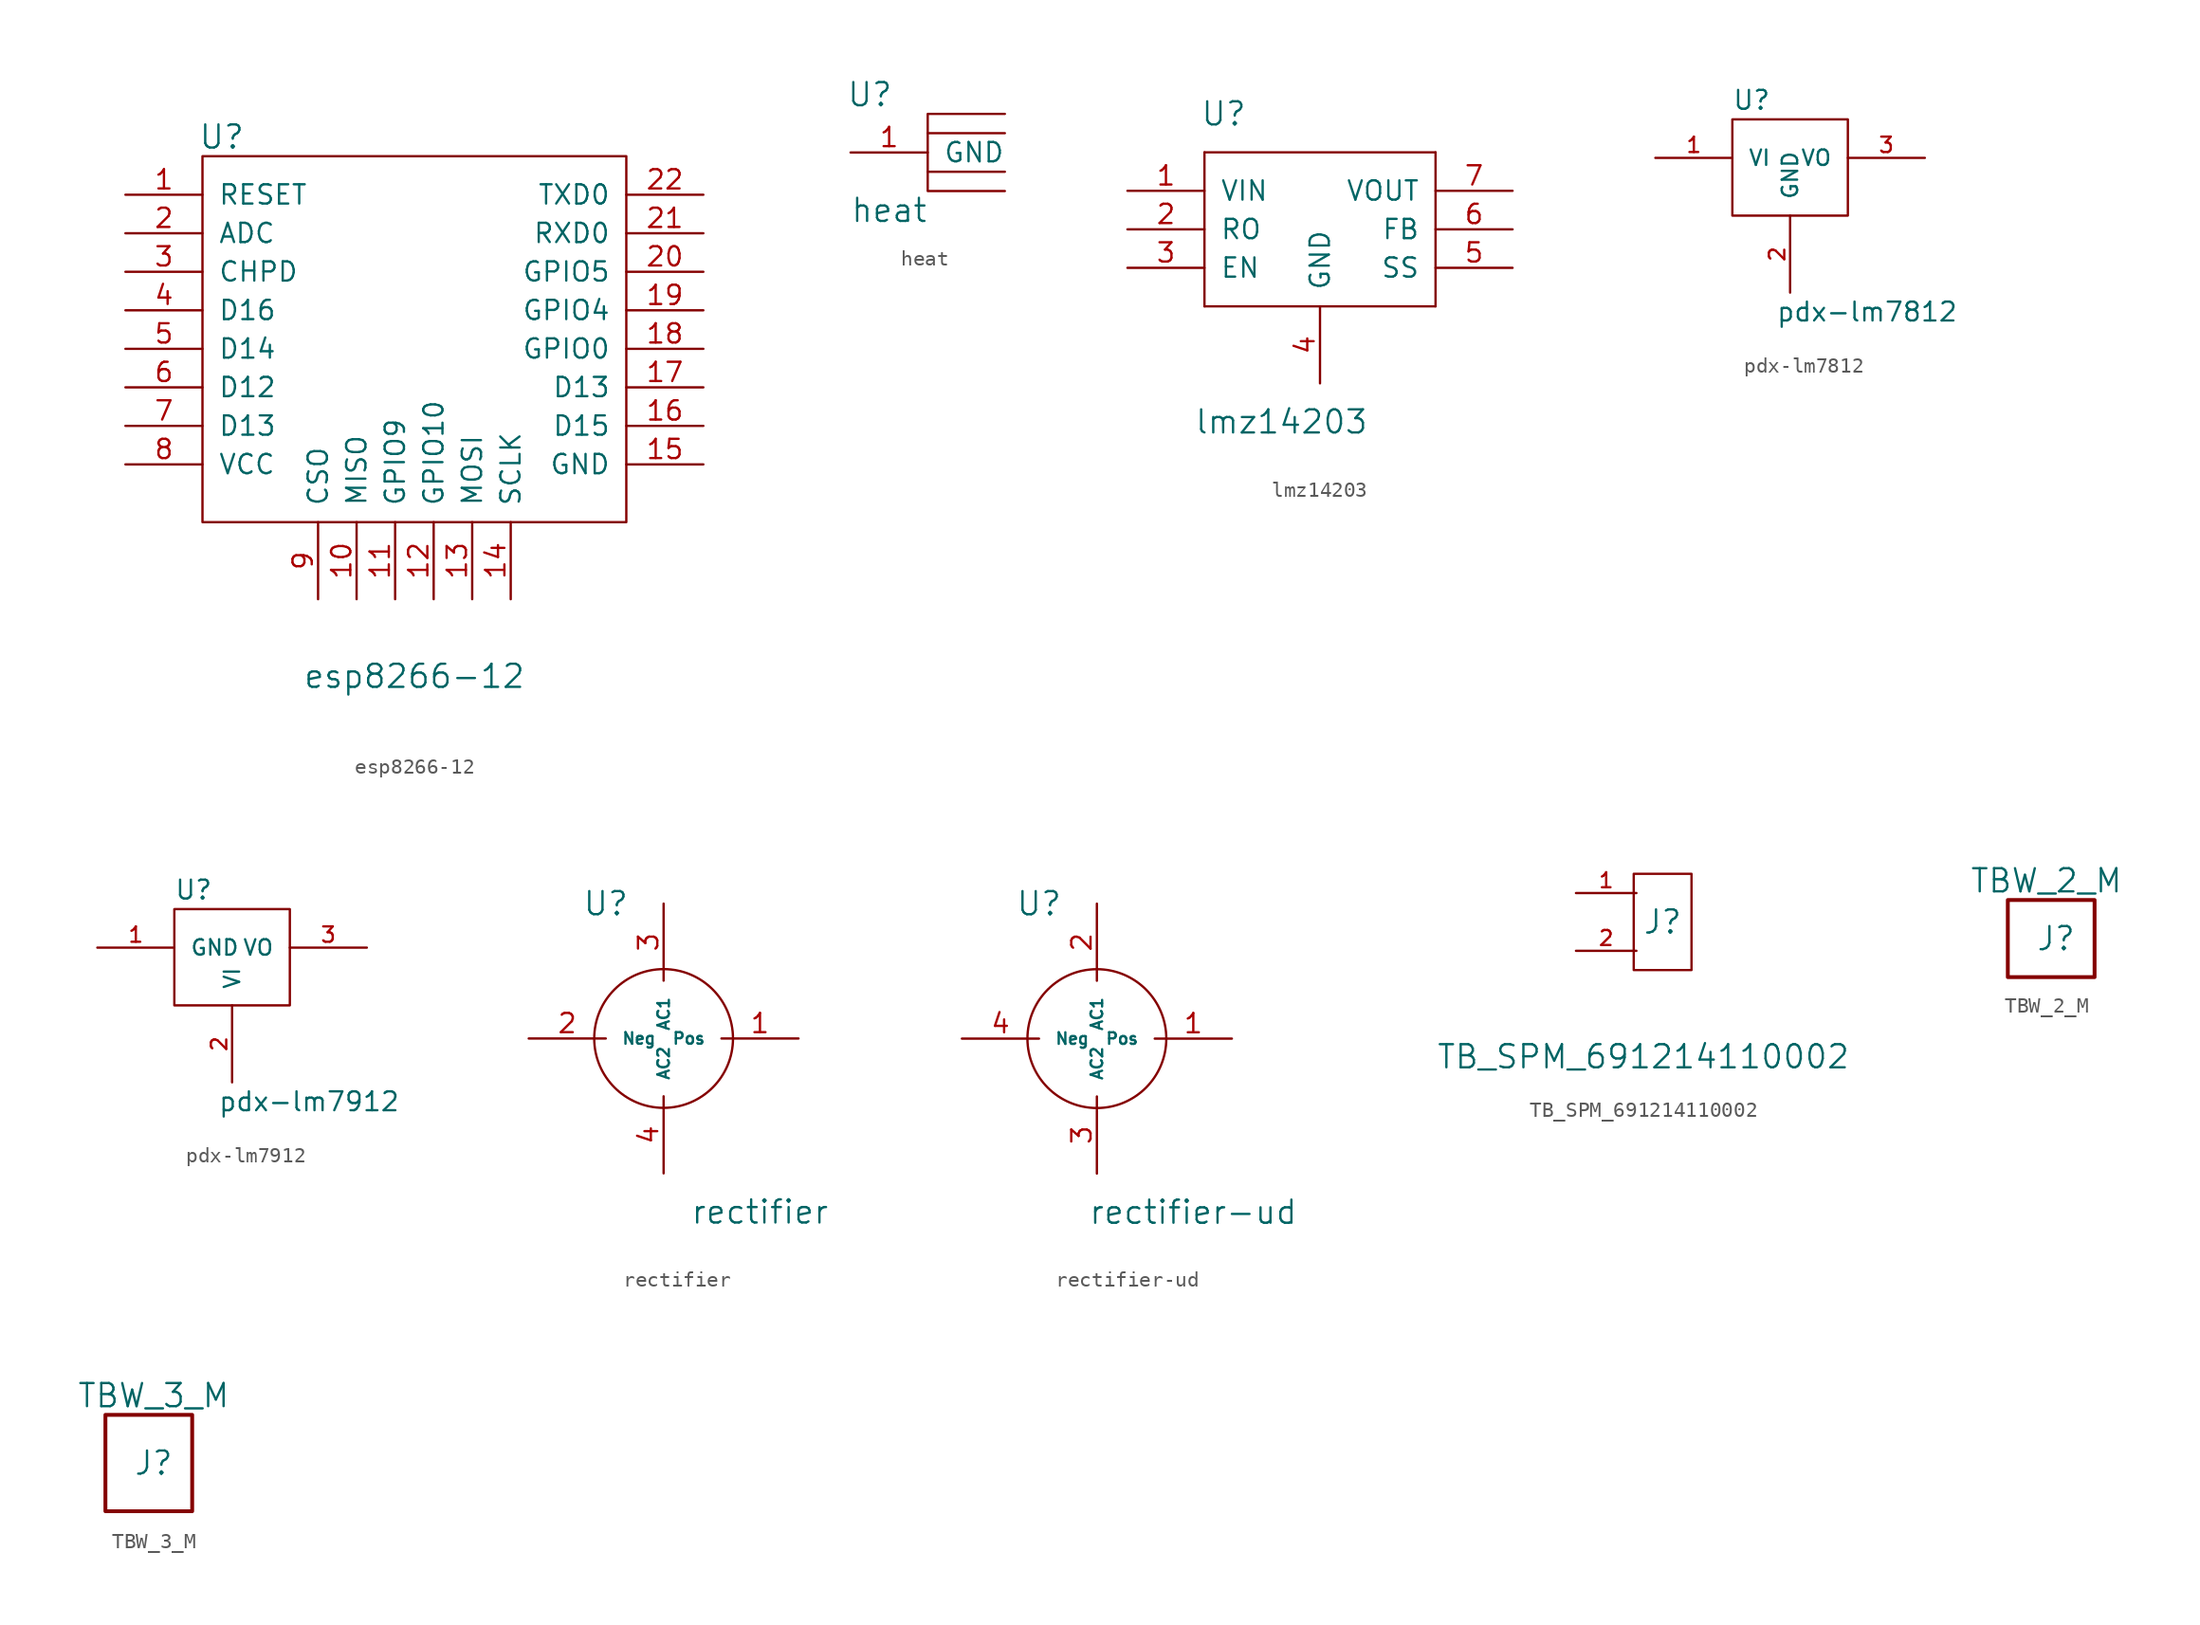
<source format=kicad_sym>
(kicad_symbol_lib
  (version 20211014)
  (generator kicad_symbol_editor)
  (symbol "esp8266-12"
    (pin_names
      (offset 1.016))
    (property "Reference" "U"
      (at -12.7 25.4 0)
      (effects (font (size 1.524 1.524))))
    (property "Value" "esp8266-12"
      (at 0 -10.16 0)
      (effects (font (size 1.524 1.524))))
    (property "Footprint" ""
      (at -13.97 3.81 0)
      (effects (font (size 1.524 1.524))))
    (property "Datasheet" ""
      (at -13.97 3.81 0)
      (effects (font (size 1.524 1.524))))
    (symbol "esp8266-12_0_1"
      (rectangle (start -13.97 24.13) (end 13.97 0) (stroke (width 0) (type default) (color 0 0 0 0)) (fill (type none))))
    (symbol "esp8266-12_1_1"
      (pin input line (at -19.05 21.59 0) (length 5.08) (name "RESET" (effects (font (size 1.27 1.27)))) (number "1" (effects (font (size 1.27 1.27)))))
      (pin input line (at -3.81 -5.08 90) (length 5.08) (name "MISO" (effects (font (size 1.27 1.27)))) (number "10" (effects (font (size 1.27 1.27)))))
      (pin input line (at -1.27 -5.08 90) (length 5.08) (name "GPIO9" (effects (font (size 1.27 1.27)))) (number "11" (effects (font (size 1.27 1.27)))))
      (pin input line (at 1.27 -5.08 90) (length 5.08) (name "GPIO10" (effects (font (size 1.27 1.27)))) (number "12" (effects (font (size 1.27 1.27)))))
      (pin input line (at 3.81 -5.08 90) (length 5.08) (name "MOSI" (effects (font (size 1.27 1.27)))) (number "13" (effects (font (size 1.27 1.27)))))
      (pin input line (at 6.35 -5.08 90) (length 5.08) (name "SCLK" (effects (font (size 1.27 1.27)))) (number "14" (effects (font (size 1.27 1.27)))))
      (pin power_in line (at 19.05 3.81 180) (length 5.08) (name "GND" (effects (font (size 1.27 1.27)))) (number "15" (effects (font (size 1.27 1.27)))))
      (pin bidirectional line (at 19.05 6.35 180) (length 5.08) (name "D15" (effects (font (size 1.27 1.27)))) (number "16" (effects (font (size 1.27 1.27)))))
      (pin bidirectional line (at 19.05 8.89 180) (length 5.08) (name "D13" (effects (font (size 1.27 1.27)))) (number "17" (effects (font (size 1.27 1.27)))))
      (pin bidirectional line (at 19.05 11.43 180) (length 5.08) (name "GPIO0" (effects (font (size 1.27 1.27)))) (number "18" (effects (font (size 1.27 1.27)))))
      (pin bidirectional line (at 19.05 13.97 180) (length 5.08) (name "GPIO4" (effects (font (size 1.27 1.27)))) (number "19" (effects (font (size 1.27 1.27)))))
      (pin input line (at -19.05 19.05 0) (length 5.08) (name "ADC" (effects (font (size 1.27 1.27)))) (number "2" (effects (font (size 1.27 1.27)))))
      (pin bidirectional line (at 19.05 16.51 180) (length 5.08) (name "GPIO5" (effects (font (size 1.27 1.27)))) (number "20" (effects (font (size 1.27 1.27)))))
      (pin bidirectional line (at 19.05 19.05 180) (length 5.08) (name "RXD0" (effects (font (size 1.27 1.27)))) (number "21" (effects (font (size 1.27 1.27)))))
      (pin bidirectional line (at 19.05 21.59 180) (length 5.08) (name "TXD0" (effects (font (size 1.27 1.27)))) (number "22" (effects (font (size 1.27 1.27)))))
      (pin input line (at -19.05 16.51 0) (length 5.08) (name "CHPD" (effects (font (size 1.27 1.27)))) (number "3" (effects (font (size 1.27 1.27)))))
      (pin bidirectional line (at -19.05 13.97 0) (length 5.08) (name "D16" (effects (font (size 1.27 1.27)))) (number "4" (effects (font (size 1.27 1.27)))))
      (pin bidirectional line (at -19.05 11.43 0) (length 5.08) (name "D14" (effects (font (size 1.27 1.27)))) (number "5" (effects (font (size 1.27 1.27)))))
      (pin bidirectional line (at -19.05 8.89 0) (length 5.08) (name "D12" (effects (font (size 1.27 1.27)))) (number "6" (effects (font (size 1.27 1.27)))))
      (pin bidirectional line (at -19.05 6.35 0) (length 5.08) (name "D13" (effects (font (size 1.27 1.27)))) (number "7" (effects (font (size 1.27 1.27)))))
      (pin power_in line (at -19.05 3.81 0) (length 5.08) (name "VCC" (effects (font (size 1.27 1.27)))) (number "8" (effects (font (size 1.27 1.27)))))
      (pin input line (at -6.35 -5.08 90) (length 5.08) (name "CSO" (effects (font (size 1.27 1.27)))) (number "9" (effects (font (size 1.27 1.27)))))))
  (symbol "heat"
    (pin_names
      (offset 1.016))
    (property "Reference" "U"
      (at -3.81 3.81 0)
      (effects (font (size 1.524 1.524))))
    (property "Value" "heat"
      (at -2.54 -3.81 0)
      (effects (font (size 1.524 1.524))))
    (property "Footprint" ""
      (at 0 0 0)
      (effects (font (size 1.524 1.524))))
    (property "Datasheet" ""
      (at 0 0 0)
      (effects (font (size 1.524 1.524))))
    (symbol "heat_0_1"
      (polyline (pts (xy 0 -1.27) (xy 5.08 -1.27)) (stroke (width 0) (type default) (color 0 0 0 0)) (fill (type none)))
      (polyline (pts (xy 0 1.27) (xy 5.08 1.27)) (stroke (width 0) (type default) (color 0 0 0 0)) (fill (type none)))
      (polyline (pts (xy 5.08 2.54) (xy 0 2.54) (xy 0 -2.54) (xy 5.08 -2.54)) (stroke (width 0) (type default) (color 0 0 0 0)) (fill (type none))))
    (symbol "heat_1_1"
      (pin input line (at -5.08 0 0) (length 5.08) (name "GND" (effects (font (size 1.27 1.27)))) (number "1" (effects (font (size 1.27 1.27)))))))
  (symbol "lmz14203"
    (pin_names
      (offset 1.016))
    (property "Reference" "U"
      (at -6.35 7.62 0)
      (effects (font (size 1.524 1.524))))
    (property "Value" "lmz14203"
      (at -2.54 -12.7 0)
      (effects (font (size 1.524 1.524))))
    (symbol "lmz14203_0_1"
      (rectangle (start -7.62 -5.08) (end -7.62 5.08) (stroke (width 0) (type default) (color 0 0 0 0)) (fill (type none)))
      (rectangle (start -7.62 5.08) (end 7.62 5.08) (stroke (width 0) (type default) (color 0 0 0 0)) (fill (type none)))
      (rectangle (start 7.62 -5.08) (end -7.62 -5.08) (stroke (width 0) (type default) (color 0 0 0 0)) (fill (type none)))
      (rectangle (start 7.62 5.08) (end 7.62 -5.08) (stroke (width 0) (type default) (color 0 0 0 0)) (fill (type none))))
    (symbol "lmz14203_1_1"
      (pin power_in line (at -12.7 2.54 0) (length 5.08) (name "VIN" (effects (font (size 1.27 1.27)))) (number "1" (effects (font (size 1.27 1.27)))))
      (pin input line (at -12.7 0 0) (length 5.08) (name "RO" (effects (font (size 1.27 1.27)))) (number "2" (effects (font (size 1.27 1.27)))))
      (pin input line (at -12.7 -2.54 0) (length 5.08) (name "EN" (effects (font (size 1.27 1.27)))) (number "3" (effects (font (size 1.27 1.27)))))
      (pin passive line (at 0 -10.16 90) (length 5.08) (name "GND" (effects (font (size 1.27 1.27)))) (number "4" (effects (font (size 1.27 1.27)))))
      (pin output line (at 12.7 -2.54 180) (length 5.08) (name "SS" (effects (font (size 1.27 1.27)))) (number "5" (effects (font (size 1.27 1.27)))))
      (pin input line (at 12.7 0 180) (length 5.08) (name "FB" (effects (font (size 1.27 1.27)))) (number "6" (effects (font (size 1.27 1.27)))))
      (pin power_out line (at 12.7 2.54 180) (length 5.08) (name "VOUT" (effects (font (size 1.27 1.27)))) (number "7" (effects (font (size 1.27 1.27)))))))
  (symbol "pdx-lm7812"
    (pin_names
      (offset 1.016))
    (property "Reference" "U"
      (at -2.54 12.7 0)
      (effects (font (size 1.245 1.245))))
    (property "Value" "pdx-lm7812"
      (at 5.08 -1.27 0)
      (effects (font (size 1.245 1.245))))
    (symbol "pdx-lm7812_0_1"
      (rectangle (start -3.81 11.43) (end 3.81 5.08) (stroke (width 0) (type default) (color 0 0 0 0)) (fill (type none))))
    (symbol "pdx-lm7812_1_1"
      (pin input line (at -8.89 8.89 0) (length 5.08) (name "VI" (effects (font (size 1.016 1.016)))) (number "1" (effects (font (size 1.016 1.016)))))
      (pin input line (at 0 0 90) (length 5.08) (name "GND" (effects (font (size 1.016 1.016)))) (number "2" (effects (font (size 1.016 1.016)))))
      (pin input line (at 8.89 8.89 180) (length 5.08) (name "VO" (effects (font (size 1.016 1.016)))) (number "3" (effects (font (size 1.016 1.016)))))))
  (symbol "pdx-lm7912"
    (pin_names
      (offset 1.016))
    (property "Reference" "U"
      (at -2.54 12.7 0)
      (effects (font (size 1.245 1.245))))
    (property "Value" "pdx-lm7912"
      (at 5.08 -1.27 0)
      (effects (font (size 1.245 1.245))))
    (symbol "pdx-lm7912_0_1"
      (rectangle (start -3.81 11.43) (end 3.81 5.08) (stroke (width 0) (type default) (color 0 0 0 0)) (fill (type none))))
    (symbol "pdx-lm7912_1_1"
      (pin input line (at -8.89 8.89 0) (length 5.08) (name "GND" (effects (font (size 1.016 1.016)))) (number "1" (effects (font (size 1.016 1.016)))))
      (pin input line (at 0 0 90) (length 5.08) (name "VI" (effects (font (size 1.016 1.016)))) (number "2" (effects (font (size 1.016 1.016)))))
      (pin input line (at 8.89 8.89 180) (length 5.08) (name "VO" (effects (font (size 1.016 1.016)))) (number "3" (effects (font (size 1.016 1.016)))))))
  (symbol "rectifier"
    (pin_names
      (offset 1.016))
    (property "Reference" "U"
      (at -3.81 8.89 0)
      (effects (font (size 1.524 1.524))))
    (property "Value" "rectifier"
      (at 6.35 -11.43 0)
      (effects (font (size 1.524 1.524))))
    (symbol "rectifier_0_1"
      (circle (center 0 0) (radius 4.572) (stroke (width 0) (type default) (color 0 0 0 0)) (fill (type none))))
    (symbol "rectifier_1_1"
      (pin input line (at 8.89 0 180) (length 5.08) (name "Pos" (effects (font (size 0.762 0.762)))) (number "1" (effects (font (size 1.27 1.27)))))
      (pin input line (at -8.89 0 0) (length 5.08) (name "Neg" (effects (font (size 0.762 0.762)))) (number "2" (effects (font (size 1.27 1.27)))))
      (pin input line (at 0 8.89 270) (length 5.08) (name "AC1" (effects (font (size 0.762 0.762)))) (number "3" (effects (font (size 1.27 1.27)))))
      (pin input line (at 0 -8.89 90) (length 5.08) (name "AC2" (effects (font (size 0.762 0.762)))) (number "4" (effects (font (size 1.27 1.27)))))))
  (symbol "rectifier-ud"
    (pin_names
      (offset 1.016))
    (property "Reference" "U"
      (at -3.81 8.89 0)
      (effects (font (size 1.524 1.524))))
    (property "Value" "rectifier-ud"
      (at 6.35 -11.43 0)
      (effects (font (size 1.524 1.524))))
    (symbol "rectifier-ud_0_1"
      (circle (center 0 0) (radius 4.572) (stroke (width 0) (type default) (color 0 0 0 0)) (fill (type none))))
    (symbol "rectifier-ud_1_1"
      (pin input line (at 8.89 0 180) (length 5.08) (name "Pos" (effects (font (size 0.762 0.762)))) (number "1" (effects (font (size 1.27 1.27)))))
      (pin input line (at 0 8.89 270) (length 5.08) (name "AC1" (effects (font (size 0.762 0.762)))) (number "2" (effects (font (size 1.27 1.27)))))
      (pin input line (at 0 -8.89 90) (length 5.08) (name "AC2" (effects (font (size 0.762 0.762)))) (number "3" (effects (font (size 1.27 1.27)))))
      (pin input line (at -8.89 0 0) (length 5.08) (name "Neg" (effects (font (size 0.762 0.762)))) (number "4" (effects (font (size 1.27 1.27)))))))
  (symbol "TB_SPM_691214110002"
    (pin_names
      (offset 1.016))
    (property "Reference" "J"
      (at -2.54 0 0)
      (effects (font (size 1.524 1.524))))
    (property "Value" "TB_SPM_691214110002"
      (at -3.81 -8.89 0)
      (effects (font (size 1.524 1.524))))
    (symbol "TB_SPM_691214110002_0_1"
      (rectangle (start -4.445 3.175) (end -0.635 -3.175) (stroke (width 0) (type default) (color 0 0 0 0)) (fill (type none))))
    (symbol "TB_SPM_691214110002_1_1"
      (pin input line (at -8.255 1.905 0) (length 3.988) (name "~" (effects (font (size 0.991 0.991)))) (number "1" (effects (font (size 0.991 0.991)))))
      (pin input line (at -8.255 -1.905 0) (length 3.988) (name "~" (effects (font (size 0.991 0.991)))) (number "2" (effects (font (size 0.991 0.991)))))))
  (symbol "TBW_2_M"
    (pin_names
      (offset 1.016))
    (property "Reference" "J"
      (at -2.54 1.27 0)
      (effects (font (size 1.524 1.524))))
    (property "Value" "TBW_2_M"
      (at -3.175 5.08 0)
      (effects (font (size 1.524 1.524))))
    (symbol "TBW_2_M_0_1"
      (rectangle (start -5.715 3.81) (end 0 -1.27) (stroke (width 0.254) (type default) (color 0 0 0 0)) (fill (type none)))))
  (symbol "TBW_3_M"
    (pin_names
      (offset 1.016))
    (property "Reference" "J"
      (at -2.54 0 0)
      (effects (font (size 1.524 1.524))))
    (property "Value" "TBW_3_M"
      (at -2.54 4.445 0)
      (effects (font (size 1.524 1.524))))
    (symbol "TBW_3_M_0_1"
      (rectangle (start -5.715 3.175) (end 0 -3.175) (stroke (width 0.254) (type default) (color 0 0 0 0)) (fill (type none))))))
</source>
